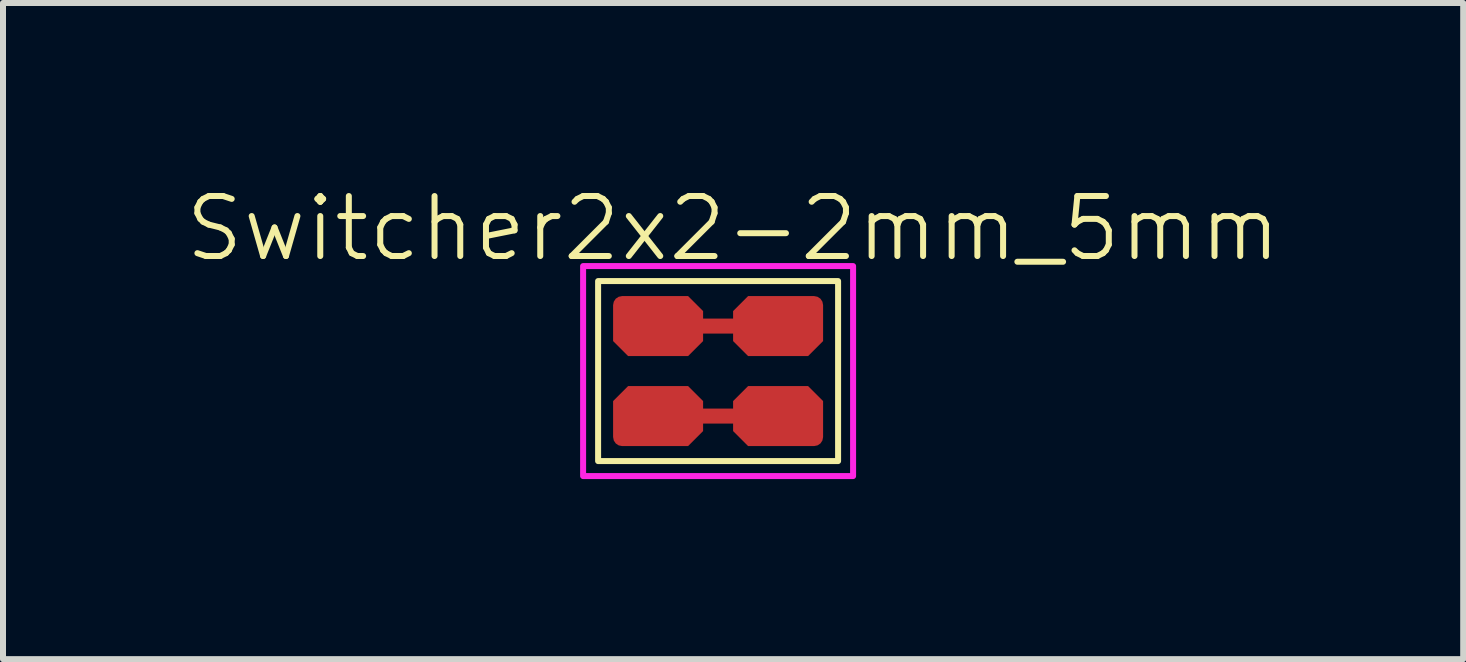
<source format=kicad_pcb>
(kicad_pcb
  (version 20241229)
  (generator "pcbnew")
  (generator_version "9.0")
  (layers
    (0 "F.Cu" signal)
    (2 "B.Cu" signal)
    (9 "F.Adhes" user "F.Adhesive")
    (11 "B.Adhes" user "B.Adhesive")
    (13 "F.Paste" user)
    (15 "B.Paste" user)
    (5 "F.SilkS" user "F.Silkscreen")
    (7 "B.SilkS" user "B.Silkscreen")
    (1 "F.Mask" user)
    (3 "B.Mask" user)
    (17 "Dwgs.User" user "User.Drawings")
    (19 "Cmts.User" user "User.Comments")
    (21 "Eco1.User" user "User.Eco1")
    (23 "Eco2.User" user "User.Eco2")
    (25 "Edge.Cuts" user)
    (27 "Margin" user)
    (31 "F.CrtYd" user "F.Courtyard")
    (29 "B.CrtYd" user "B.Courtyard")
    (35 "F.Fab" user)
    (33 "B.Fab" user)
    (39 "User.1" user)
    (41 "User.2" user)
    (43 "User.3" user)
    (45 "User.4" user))
  (footprint "Switcher2x2-2mm_5mm"
    (layer "F.Cu")
    (at 8.919 3.135)
    (property "Reference" "Switcher2x2-2mm_5mm" (at 0.25 -2.375 0) (unlocked yes) (layer "F.SilkS") (effects (font (size 1 1) (thickness 0.1))))
    (attr smd)
    (fp_rect (start -0.5 -0.875) (end 0.5 -0.625) (stroke (width 0) (type solid)) (fill yes) (layer "F.Cu"))
    (fp_rect (start -0.5 0.625) (end 0.5 0.875) (stroke (width 0) (type solid)) (fill yes) (layer "F.Cu"))
    (fp_rect (start -0.5 -1.25) (end 0.5 -0.25) (stroke (width 0) (type solid)) (fill yes) (layer "F.Mask"))
    (fp_rect (start -0.5 0.25) (end 0.5 1.25) (stroke (width 0) (type solid)) (fill yes) (layer "F.Mask"))
    (fp_rect (start -2 -1.5) (end 2 1.5) (stroke (width 0.1) (type default)) (fill no) (layer "F.SilkS"))
    (fp_rect (start -2.25 -1.75) (end 2.25 1.75) (stroke (width 0.1) (type solid)) (fill no) (layer "F.CrtYd"))
    (pad "1" smd roundrect (at -1 -0.75) (size 1.5 1) (layers "F.Cu" "F.Mask" "F.Paste") (roundrect_rratio 0.15) (chamfer_ratio 0.25) (chamfer top_right bottom_left bottom_right))
    (pad "2" smd roundrect (at 1 0.75) (size 1.5 1) (layers "F.Cu" "F.Mask" "F.Paste") (roundrect_rratio 0.15) (chamfer_ratio 0.25) (chamfer top_left top_right bottom_left))
    (pad "3" smd roundrect (at 1 -0.75) (size 1.5 1) (layers "F.Cu" "F.Mask" "F.Paste") (roundrect_rratio 0.15) (chamfer_ratio 0.25) (chamfer top_left bottom_left bottom_right))
    (pad "4" smd roundrect (at -1 0.75) (size 1.5 1) (layers "F.Cu" "F.Mask" "F.Paste") (roundrect_rratio 0.15) (chamfer_ratio 0.25) (chamfer top_left top_right bottom_right)))
  (gr_rect
    (start -3 -3)
    (end 21.338 7.936)
    (stroke (width 0.1) (type default))
    (fill no)
    (layer "Edge.Cuts")))
</source>
